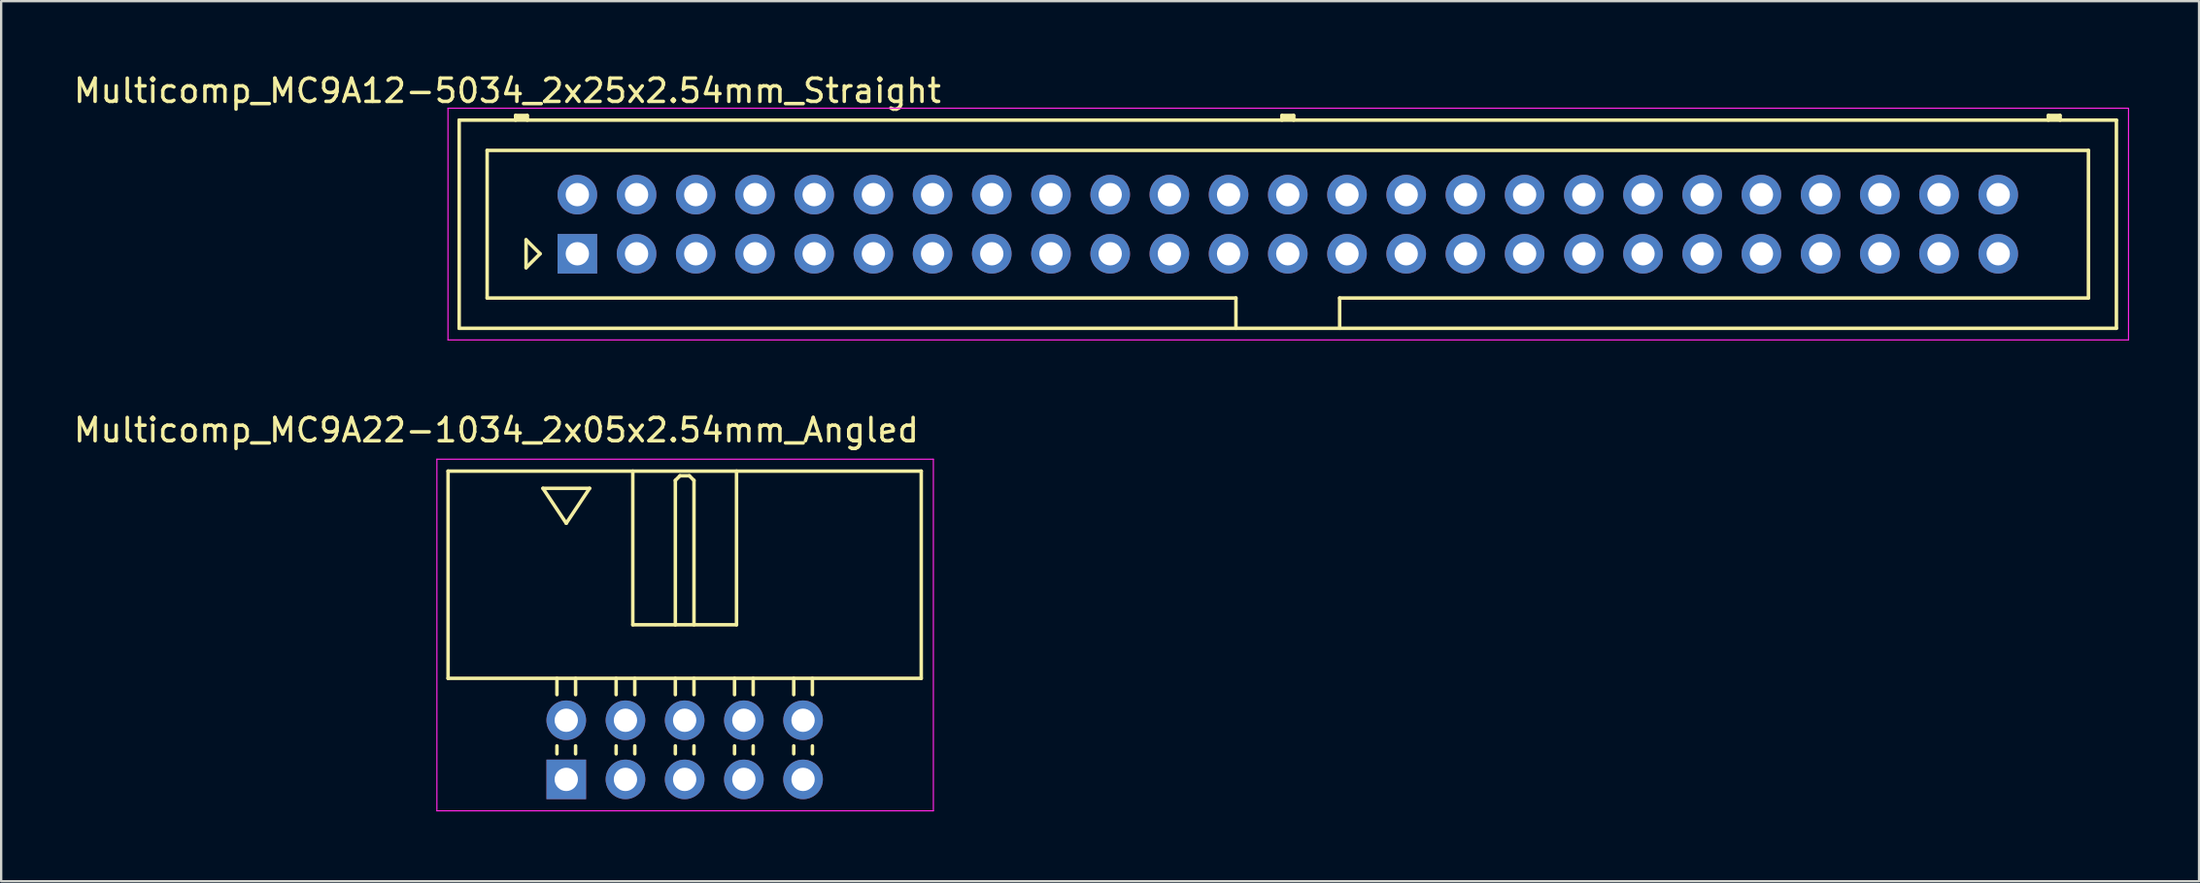
<source format=kicad_pcb>
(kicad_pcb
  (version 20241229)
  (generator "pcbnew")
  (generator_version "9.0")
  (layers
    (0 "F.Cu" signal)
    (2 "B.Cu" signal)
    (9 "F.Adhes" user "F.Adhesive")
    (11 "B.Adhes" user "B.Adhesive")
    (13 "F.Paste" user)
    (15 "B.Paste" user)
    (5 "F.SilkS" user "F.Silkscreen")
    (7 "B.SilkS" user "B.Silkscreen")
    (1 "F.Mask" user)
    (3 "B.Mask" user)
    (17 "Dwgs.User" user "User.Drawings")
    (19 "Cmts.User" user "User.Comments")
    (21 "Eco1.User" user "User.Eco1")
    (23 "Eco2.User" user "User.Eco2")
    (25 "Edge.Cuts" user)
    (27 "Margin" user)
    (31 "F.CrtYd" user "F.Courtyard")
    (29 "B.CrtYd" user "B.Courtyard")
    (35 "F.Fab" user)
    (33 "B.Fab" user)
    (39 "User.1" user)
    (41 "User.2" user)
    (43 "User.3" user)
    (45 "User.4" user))
  (footprint "Multicomp_MC9A12-5034_2x25x2.54mm_Straight"
    (layer "F.Cu")
    (at 21.72 7.848)
    (property "Reference" "Multicomp_MC9A12-5034_2x25x2.54mm_Straight" (at -3 -7 0) (layer "F.SilkS") (effects (font (size 1 1) (thickness 0.15))))
    (attr through_hole)
    (fp_line (start -5.07 -5.74) (end 66.03 -5.74) (stroke (width 0.15) (type solid)) (layer "F.SilkS"))
    (fp_line (start -5.07 3.2) (end -5.07 -5.74) (stroke (width 0.15) (type solid)) (layer "F.SilkS"))
    (fp_line (start -3.87 -4.44) (end 64.83 -4.44) (stroke (width 0.15) (type solid)) (layer "F.SilkS"))
    (fp_line (start -3.87 1.9) (end -3.87 -4.44) (stroke (width 0.15) (type solid)) (layer "F.SilkS"))
    (fp_line (start -2.65 -5.94) (end -2.15 -5.94) (stroke (width 0.15) (type solid)) (layer "F.SilkS"))
    (fp_line (start -2.65 -5.84) (end -2.15 -5.84) (stroke (width 0.15) (type solid)) (layer "F.SilkS"))
    (fp_line (start -2.65 -5.74) (end -2.65 -5.94) (stroke (width 0.15) (type solid)) (layer "F.SilkS"))
    (fp_line (start -2.2 -0.6) (end -1.6 0) (stroke (width 0.15) (type solid)) (layer "F.SilkS"))
    (fp_line (start -2.2 0.6) (end -2.2 -0.6) (stroke (width 0.15) (type solid)) (layer "F.SilkS"))
    (fp_line (start -2.15 -5.94) (end -2.15 -5.74) (stroke (width 0.15) (type solid)) (layer "F.SilkS"))
    (fp_line (start -1.6 0) (end -2.2 0.6) (stroke (width 0.15) (type solid)) (layer "F.SilkS"))
    (fp_line (start 28.255 1.9) (end -3.87 1.9) (stroke (width 0.15) (type solid)) (layer "F.SilkS"))
    (fp_line (start 28.255 3.2) (end 28.255 1.9) (stroke (width 0.15) (type solid)) (layer "F.SilkS"))
    (fp_line (start 30.23 -5.94) (end 30.73 -5.94) (stroke (width 0.15) (type solid)) (layer "F.SilkS"))
    (fp_line (start 30.23 -5.84) (end 30.73 -5.84) (stroke (width 0.15) (type solid)) (layer "F.SilkS"))
    (fp_line (start 30.23 -5.74) (end 30.23 -5.94) (stroke (width 0.15) (type solid)) (layer "F.SilkS"))
    (fp_line (start 30.73 -5.94) (end 30.73 -5.74) (stroke (width 0.15) (type solid)) (layer "F.SilkS"))
    (fp_line (start 32.705 1.9) (end 32.705 3.2) (stroke (width 0.15) (type solid)) (layer "F.SilkS"))
    (fp_line (start 63.11 -5.94) (end 63.61 -5.94) (stroke (width 0.15) (type solid)) (layer "F.SilkS"))
    (fp_line (start 63.11 -5.84) (end 63.61 -5.84) (stroke (width 0.15) (type solid)) (layer "F.SilkS"))
    (fp_line (start 63.11 -5.74) (end 63.11 -5.94) (stroke (width 0.15) (type solid)) (layer "F.SilkS"))
    (fp_line (start 63.61 -5.94) (end 63.61 -5.74) (stroke (width 0.15) (type solid)) (layer "F.SilkS"))
    (fp_line (start 64.83 -4.44) (end 64.83 1.9) (stroke (width 0.15) (type solid)) (layer "F.SilkS"))
    (fp_line (start 64.83 1.9) (end 32.705 1.9) (stroke (width 0.15) (type solid)) (layer "F.SilkS"))
    (fp_line (start 66.03 -5.74) (end 66.03 3.2) (stroke (width 0.15) (type solid)) (layer "F.SilkS"))
    (fp_line (start 66.03 3.2) (end -5.07 3.2) (stroke (width 0.15) (type solid)) (layer "F.SilkS"))
    (fp_line (start -5.55 -6.25) (end 66.55 -6.25) (stroke (width 0.05) (type solid)) (layer "F.CrtYd"))
    (fp_line (start -5.55 3.7) (end -5.55 -6.25) (stroke (width 0.05) (type solid)) (layer "F.CrtYd"))
    (fp_line (start 66.55 -6.25) (end 66.55 3.7) (stroke (width 0.05) (type solid)) (layer "F.CrtYd"))
    (fp_line (start 66.55 3.7) (end -5.55 3.7) (stroke (width 0.05) (type solid)) (layer "F.CrtYd"))
    (pad "1" thru_hole rect (at 0 0) (size 1.7 1.7) (drill 1) (layers "*.Cu" "*.Mask"))
    (pad "2" thru_hole circle (at 0 -2.54) (size 1.7 1.7) (drill 1) (layers "*.Cu" "*.Mask"))
    (pad "3" thru_hole circle (at 2.54 0) (size 1.7 1.7) (drill 1) (layers "*.Cu" "*.Mask"))
    (pad "4" thru_hole circle (at 2.54 -2.54) (size 1.7 1.7) (drill 1) (layers "*.Cu" "*.Mask"))
    (pad "5" thru_hole circle (at 5.08 0) (size 1.7 1.7) (drill 1) (layers "*.Cu" "*.Mask"))
    (pad "6" thru_hole circle (at 5.08 -2.54) (size 1.7 1.7) (drill 1) (layers "*.Cu" "*.Mask"))
    (pad "7" thru_hole circle (at 7.62 0) (size 1.7 1.7) (drill 1) (layers "*.Cu" "*.Mask"))
    (pad "8" thru_hole circle (at 7.62 -2.54) (size 1.7 1.7) (drill 1) (layers "*.Cu" "*.Mask"))
    (pad "9" thru_hole circle (at 10.16 0) (size 1.7 1.7) (drill 1) (layers "*.Cu" "*.Mask"))
    (pad "10" thru_hole circle (at 10.16 -2.54) (size 1.7 1.7) (drill 1) (layers "*.Cu" "*.Mask"))
    (pad "11" thru_hole circle (at 12.7 0) (size 1.7 1.7) (drill 1) (layers "*.Cu" "*.Mask"))
    (pad "12" thru_hole circle (at 12.7 -2.54) (size 1.7 1.7) (drill 1) (layers "*.Cu" "*.Mask"))
    (pad "13" thru_hole circle (at 15.24 0) (size 1.7 1.7) (drill 1) (layers "*.Cu" "*.Mask"))
    (pad "14" thru_hole circle (at 15.24 -2.54) (size 1.7 1.7) (drill 1) (layers "*.Cu" "*.Mask"))
    (pad "15" thru_hole circle (at 17.78 0) (size 1.7 1.7) (drill 1) (layers "*.Cu" "*.Mask"))
    (pad "16" thru_hole circle (at 17.78 -2.54) (size 1.7 1.7) (drill 1) (layers "*.Cu" "*.Mask"))
    (pad "17" thru_hole circle (at 20.32 0) (size 1.7 1.7) (drill 1) (layers "*.Cu" "*.Mask"))
    (pad "18" thru_hole circle (at 20.32 -2.54) (size 1.7 1.7) (drill 1) (layers "*.Cu" "*.Mask"))
    (pad "19" thru_hole circle (at 22.86 0) (size 1.7 1.7) (drill 1) (layers "*.Cu" "*.Mask"))
    (pad "20" thru_hole circle (at 22.86 -2.54) (size 1.7 1.7) (drill 1) (layers "*.Cu" "*.Mask"))
    (pad "21" thru_hole circle (at 25.4 0) (size 1.7 1.7) (drill 1) (layers "*.Cu" "*.Mask"))
    (pad "22" thru_hole circle (at 25.4 -2.54) (size 1.7 1.7) (drill 1) (layers "*.Cu" "*.Mask"))
    (pad "23" thru_hole circle (at 27.94 0) (size 1.7 1.7) (drill 1) (layers "*.Cu" "*.Mask"))
    (pad "24" thru_hole circle (at 27.94 -2.54) (size 1.7 1.7) (drill 1) (layers "*.Cu" "*.Mask"))
    (pad "25" thru_hole circle (at 30.48 0) (size 1.7 1.7) (drill 1) (layers "*.Cu" "*.Mask"))
    (pad "26" thru_hole circle (at 30.48 -2.54) (size 1.7 1.7) (drill 1) (layers "*.Cu" "*.Mask"))
    (pad "27" thru_hole circle (at 33.02 0) (size 1.7 1.7) (drill 1) (layers "*.Cu" "*.Mask"))
    (pad "28" thru_hole circle (at 33.02 -2.54) (size 1.7 1.7) (drill 1) (layers "*.Cu" "*.Mask"))
    (pad "29" thru_hole circle (at 35.56 0) (size 1.7 1.7) (drill 1) (layers "*.Cu" "*.Mask"))
    (pad "30" thru_hole circle (at 35.56 -2.54) (size 1.7 1.7) (drill 1) (layers "*.Cu" "*.Mask"))
    (pad "31" thru_hole circle (at 38.1 0) (size 1.7 1.7) (drill 1) (layers "*.Cu" "*.Mask"))
    (pad "32" thru_hole circle (at 38.1 -2.54) (size 1.7 1.7) (drill 1) (layers "*.Cu" "*.Mask"))
    (pad "33" thru_hole circle (at 40.64 0) (size 1.7 1.7) (drill 1) (layers "*.Cu" "*.Mask"))
    (pad "34" thru_hole circle (at 40.64 -2.54) (size 1.7 1.7) (drill 1) (layers "*.Cu" "*.Mask"))
    (pad "35" thru_hole circle (at 43.18 0) (size 1.7 1.7) (drill 1) (layers "*.Cu" "*.Mask"))
    (pad "36" thru_hole circle (at 43.18 -2.54) (size 1.7 1.7) (drill 1) (layers "*.Cu" "*.Mask"))
    (pad "37" thru_hole circle (at 45.72 0) (size 1.7 1.7) (drill 1) (layers "*.Cu" "*.Mask"))
    (pad "38" thru_hole circle (at 45.72 -2.54) (size 1.7 1.7) (drill 1) (layers "*.Cu" "*.Mask"))
    (pad "39" thru_hole circle (at 48.26 0) (size 1.7 1.7) (drill 1) (layers "*.Cu" "*.Mask"))
    (pad "40" thru_hole circle (at 48.26 -2.54) (size 1.7 1.7) (drill 1) (layers "*.Cu" "*.Mask"))
    (pad "41" thru_hole circle (at 50.8 0) (size 1.7 1.7) (drill 1) (layers "*.Cu" "*.Mask"))
    (pad "42" thru_hole circle (at 50.8 -2.54) (size 1.7 1.7) (drill 1) (layers "*.Cu" "*.Mask"))
    (pad "43" thru_hole circle (at 53.34 0) (size 1.7 1.7) (drill 1) (layers "*.Cu" "*.Mask"))
    (pad "44" thru_hole circle (at 53.34 -2.54) (size 1.7 1.7) (drill 1) (layers "*.Cu" "*.Mask"))
    (pad "45" thru_hole circle (at 55.88 0) (size 1.7 1.7) (drill 1) (layers "*.Cu" "*.Mask"))
    (pad "46" thru_hole circle (at 55.88 -2.54) (size 1.7 1.7) (drill 1) (layers "*.Cu" "*.Mask"))
    (pad "47" thru_hole circle (at 58.42 0) (size 1.7 1.7) (drill 1) (layers "*.Cu" "*.Mask"))
    (pad "48" thru_hole circle (at 58.42 -2.54) (size 1.7 1.7) (drill 1) (layers "*.Cu" "*.Mask"))
    (pad "49" thru_hole circle (at 60.96 0) (size 1.7 1.7) (drill 1) (layers "*.Cu" "*.Mask"))
    (pad "50" thru_hole circle (at 60.96 -2.54) (size 1.7 1.7) (drill 1) (layers "*.Cu" "*.Mask")))
  (footprint "Multicomp_MC9A22-1034_2x05x2.54mm_Angled"
    (layer "F.Cu")
    (at 21.244 30.422)
    (property "Reference" "Multicomp_MC9A22-1034_2x05x2.54mm_Angled" (at -3 -15 0) (layer "F.SilkS") (effects (font (size 1 1) (thickness 0.15))))
    (attr through_hole)
    (fp_line (start -5.07 -13.24) (end 15.23 -13.24) (stroke (width 0.15) (type solid)) (layer "F.SilkS"))
    (fp_line (start -5.07 -4.34) (end -5.07 -13.24) (stroke (width 0.15) (type solid)) (layer "F.SilkS"))
    (fp_line (start -1 -12.5) (end 1 -12.5) (stroke (width 0.15) (type solid)) (layer "F.SilkS"))
    (fp_line (start -0.4 -3.64) (end -0.4 -4.34) (stroke (width 0.15) (type solid)) (layer "F.SilkS"))
    (fp_line (start -0.4 -1.1) (end -0.4 -1.44) (stroke (width 0.15) (type solid)) (layer "F.SilkS"))
    (fp_line (start 0 -11) (end -1 -12.5) (stroke (width 0.15) (type solid)) (layer "F.SilkS"))
    (fp_line (start 0.4 -3.64) (end 0.4 -4.34) (stroke (width 0.15) (type solid)) (layer "F.SilkS"))
    (fp_line (start 0.4 -1.1) (end 0.4 -1.44) (stroke (width 0.15) (type solid)) (layer "F.SilkS"))
    (fp_line (start 1 -12.5) (end 0 -11) (stroke (width 0.15) (type solid)) (layer "F.SilkS"))
    (fp_line (start 2.14 -3.64) (end 2.14 -4.34) (stroke (width 0.15) (type solid)) (layer "F.SilkS"))
    (fp_line (start 2.14 -1.1) (end 2.14 -1.44) (stroke (width 0.15) (type solid)) (layer "F.SilkS"))
    (fp_line (start 2.855 -13.24) (end 2.855 -6.64) (stroke (width 0.15) (type solid)) (layer "F.SilkS"))
    (fp_line (start 2.855 -6.64) (end 7.305 -6.64) (stroke (width 0.15) (type solid)) (layer "F.SilkS"))
    (fp_line (start 2.94 -3.64) (end 2.94 -4.34) (stroke (width 0.15) (type solid)) (layer "F.SilkS"))
    (fp_line (start 2.94 -1.1) (end 2.94 -1.44) (stroke (width 0.15) (type solid)) (layer "F.SilkS"))
    (fp_line (start 4.68 -12.84) (end 4.88 -13.04) (stroke (width 0.15) (type solid)) (layer "F.SilkS"))
    (fp_line (start 4.68 -6.64) (end 4.68 -12.84) (stroke (width 0.15) (type solid)) (layer "F.SilkS"))
    (fp_line (start 4.68 -3.64) (end 4.68 -4.34) (stroke (width 0.15) (type solid)) (layer "F.SilkS"))
    (fp_line (start 4.68 -1.1) (end 4.68 -1.44) (stroke (width 0.15) (type solid)) (layer "F.SilkS"))
    (fp_line (start 4.88 -13.04) (end 5.28 -13.04) (stroke (width 0.15) (type solid)) (layer "F.SilkS"))
    (fp_line (start 5.28 -13.04) (end 5.48 -12.84) (stroke (width 0.15) (type solid)) (layer "F.SilkS"))
    (fp_line (start 5.48 -12.84) (end 5.48 -6.64) (stroke (width 0.15) (type solid)) (layer "F.SilkS"))
    (fp_line (start 5.48 -3.64) (end 5.48 -4.34) (stroke (width 0.15) (type solid)) (layer "F.SilkS"))
    (fp_line (start 5.48 -1.1) (end 5.48 -1.44) (stroke (width 0.15) (type solid)) (layer "F.SilkS"))
    (fp_line (start 7.22 -3.64) (end 7.22 -4.34) (stroke (width 0.15) (type solid)) (layer "F.SilkS"))
    (fp_line (start 7.22 -1.1) (end 7.22 -1.44) (stroke (width 0.15) (type solid)) (layer "F.SilkS"))
    (fp_line (start 7.305 -6.64) (end 7.305 -13.24) (stroke (width 0.15) (type solid)) (layer "F.SilkS"))
    (fp_line (start 8.02 -3.64) (end 8.02 -4.34) (stroke (width 0.15) (type solid)) (layer "F.SilkS"))
    (fp_line (start 8.02 -1.1) (end 8.02 -1.44) (stroke (width 0.15) (type solid)) (layer "F.SilkS"))
    (fp_line (start 9.76 -3.64) (end 9.76 -4.34) (stroke (width 0.15) (type solid)) (layer "F.SilkS"))
    (fp_line (start 9.76 -1.1) (end 9.76 -1.44) (stroke (width 0.15) (type solid)) (layer "F.SilkS"))
    (fp_line (start 10.56 -3.64) (end 10.56 -4.34) (stroke (width 0.15) (type solid)) (layer "F.SilkS"))
    (fp_line (start 10.56 -1.1) (end 10.56 -1.44) (stroke (width 0.15) (type solid)) (layer "F.SilkS"))
    (fp_line (start 15.23 -13.24) (end 15.23 -4.34) (stroke (width 0.15) (type solid)) (layer "F.SilkS"))
    (fp_line (start 15.23 -4.34) (end -5.07 -4.34) (stroke (width 0.15) (type solid)) (layer "F.SilkS"))
    (fp_line (start -5.55 -13.75) (end 15.75 -13.75) (stroke (width 0.05) (type solid)) (layer "F.CrtYd"))
    (fp_line (start -5.55 1.35) (end -5.55 -13.75) (stroke (width 0.05) (type solid)) (layer "F.CrtYd"))
    (fp_line (start 15.75 -13.75) (end 15.75 1.35) (stroke (width 0.05) (type solid)) (layer "F.CrtYd"))
    (fp_line (start 15.75 1.35) (end -5.55 1.35) (stroke (width 0.05) (type solid)) (layer "F.CrtYd"))
    (pad "1" thru_hole rect (at 0 0) (size 1.7 1.7) (drill 1) (layers "*.Cu" "*.Mask"))
    (pad "2" thru_hole circle (at 0 -2.54) (size 1.7 1.7) (drill 1) (layers "*.Cu" "*.Mask"))
    (pad "3" thru_hole circle (at 2.54 0) (size 1.7 1.7) (drill 1) (layers "*.Cu" "*.Mask"))
    (pad "4" thru_hole circle (at 2.54 -2.54) (size 1.7 1.7) (drill 1) (layers "*.Cu" "*.Mask"))
    (pad "5" thru_hole circle (at 5.08 0) (size 1.7 1.7) (drill 1) (layers "*.Cu" "*.Mask"))
    (pad "6" thru_hole circle (at 5.08 -2.54) (size 1.7 1.7) (drill 1) (layers "*.Cu" "*.Mask"))
    (pad "7" thru_hole circle (at 7.62 0) (size 1.7 1.7) (drill 1) (layers "*.Cu" "*.Mask"))
    (pad "8" thru_hole circle (at 7.62 -2.54) (size 1.7 1.7) (drill 1) (layers "*.Cu" "*.Mask"))
    (pad "9" thru_hole circle (at 10.16 0) (size 1.7 1.7) (drill 1) (layers "*.Cu" "*.Mask"))
    (pad "10" thru_hole circle (at 10.16 -2.54) (size 1.7 1.7) (drill 1) (layers "*.Cu" "*.Mask")))
  (gr_rect
    (start -3 -3)
    (end 91.295 34.797)
    (stroke (width 0.1) (type default))
    (fill no)
    (layer "Edge.Cuts")))
</source>
